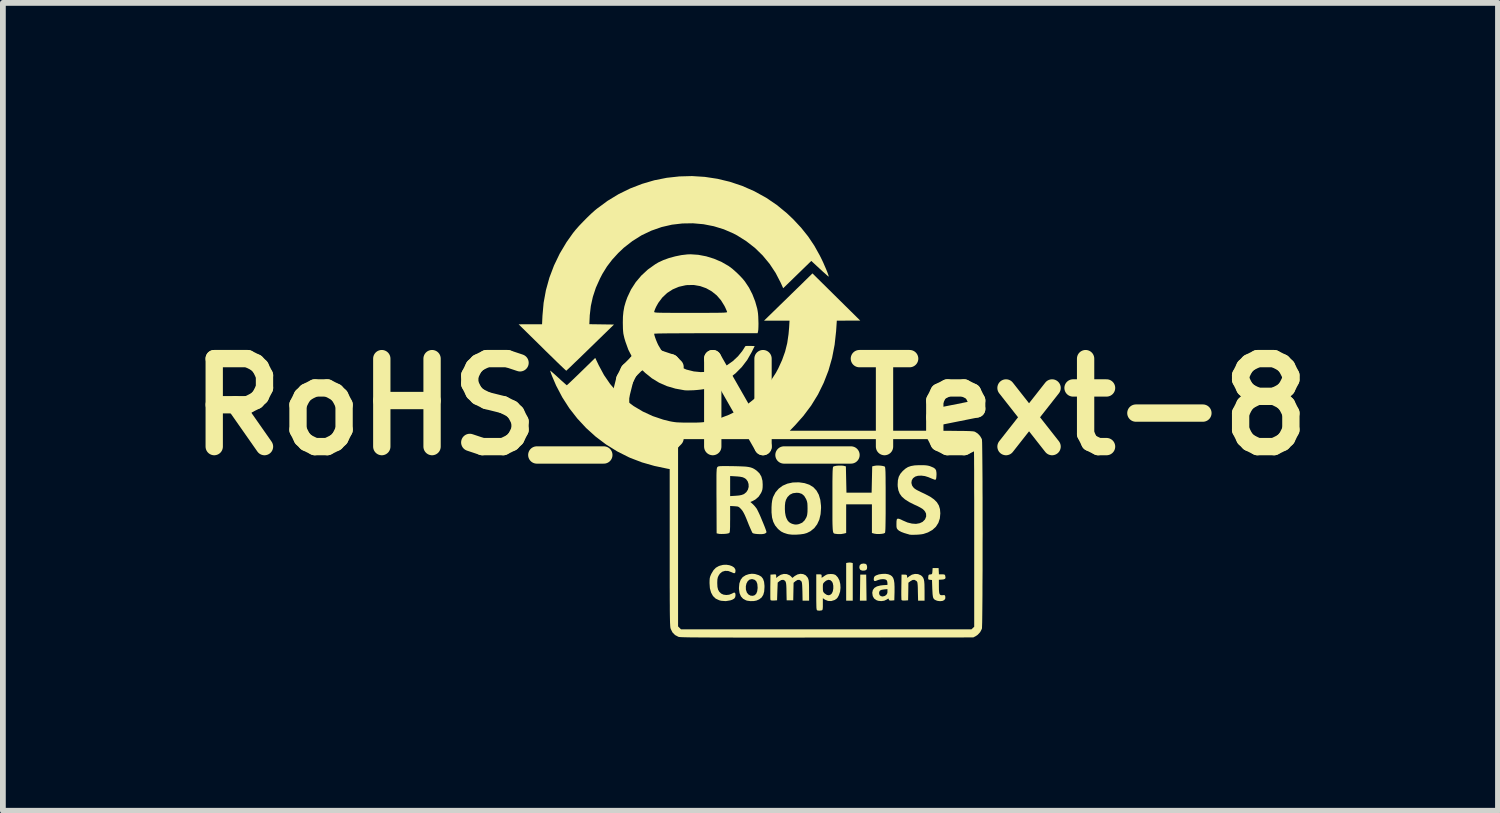
<source format=kicad_pcb>
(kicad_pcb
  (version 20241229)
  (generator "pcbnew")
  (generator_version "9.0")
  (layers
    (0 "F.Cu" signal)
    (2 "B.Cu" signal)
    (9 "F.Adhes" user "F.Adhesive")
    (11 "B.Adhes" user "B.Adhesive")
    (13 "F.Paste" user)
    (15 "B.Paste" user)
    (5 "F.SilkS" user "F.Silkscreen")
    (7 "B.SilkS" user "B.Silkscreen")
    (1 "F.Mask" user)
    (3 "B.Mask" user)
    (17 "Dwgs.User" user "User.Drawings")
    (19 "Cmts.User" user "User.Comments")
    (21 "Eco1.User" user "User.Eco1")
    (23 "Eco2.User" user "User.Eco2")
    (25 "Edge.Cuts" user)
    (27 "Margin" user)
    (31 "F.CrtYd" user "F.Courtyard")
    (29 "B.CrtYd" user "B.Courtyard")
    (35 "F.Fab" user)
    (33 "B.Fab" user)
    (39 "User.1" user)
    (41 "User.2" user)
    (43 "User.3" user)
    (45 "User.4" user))
  (footprint "RoHS_CN_Text-8"
    (layer "F.Cu")
    (at 9.95 3.997)
    (property "Reference" "RoHS_CN_Text-8" (at 0 0 0) (layer "F.SilkS") (effects (font (size 1.524 1.524) (thickness 0.3))))
    (attr board_only exclude_from_pos_files exclude_from_bom)
    (fp_poly (pts (xy 2.011 3.358) (xy 1.896 3.358) (xy 1.902 2.907) (xy 2.005 2.907)) (stroke (width 0) (type solid)) (fill yes) (layer "F.SilkS"))
    (fp_poly (pts (xy 1.745 2.7) (xy 1.772 2.707) (xy 1.772 3.358) (xy 1.658 3.358) (xy 1.658 2.706) (xy 1.688 2.7) (xy 1.72 2.697)) (stroke (width 0) (type solid)) (fill yes) (layer "F.SilkS"))
    (fp_poly (pts (xy 1.993 2.72) (xy 2.013 2.736) (xy 2.02 2.767) (xy 2.021 2.779) (xy 2.017 2.811) (xy 2.002 2.828) (xy 2.001 2.829) (xy 1.969 2.838) (xy 1.934 2.837) (xy 1.906 2.826) (xy 1.902 2.823) (xy 1.89 2.801) (xy 1.886 2.777) (xy 1.894 2.743) (xy 1.918 2.722) (xy 1.957 2.715) (xy 1.957 2.715)) (stroke (width 0) (type solid)) (fill yes) (layer "F.SilkS"))
    (fp_poly (pts (xy 2.903 2.898) (xy 2.95 2.918) (xy 2.959 2.924) (xy 2.978 2.942) (xy 2.993 2.963) (xy 3.003 2.989) (xy 3.01 3.025) (xy 3.014 3.073) (xy 3.015 3.137) (xy 3.016 3.186) (xy 3.016 3.358) (xy 2.904 3.358) (xy 2.9 3.196) (xy 2.899 3.135) (xy 2.897 3.091) (xy 2.894 3.061) (xy 2.891 3.041) (xy 2.885 3.028) (xy 2.877 3.019) (xy 2.872 3.015) (xy 2.841 2.998) (xy 2.81 2.999) (xy 2.774 3.019) (xy 2.771 3.021) (xy 2.736 3.047) (xy 2.734 3.2) (xy 2.731 3.352) (xy 2.676 3.356) (xy 2.639 3.356) (xy 2.62 3.35) (xy 2.616 3.345) (xy 2.615 3.331) (xy 2.614 3.299) (xy 2.613 3.254) (xy 2.613 3.197) (xy 2.614 3.134) (xy 2.614 3.119) (xy 2.617 2.907) (xy 2.663 2.907) (xy 2.692 2.908) (xy 2.707 2.914) (xy 2.712 2.927) (xy 2.713 2.936) (xy 2.717 2.964) (xy 2.747 2.939) (xy 2.797 2.908) (xy 2.85 2.895)) (stroke (width 0) (type solid)) (fill yes) (layer "F.SilkS"))
    (fp_poly (pts (xy 0.069 2.895) (xy 0.088 2.899) (xy 0.146 2.917) (xy 0.189 2.943) (xy 0.218 2.98) (xy 0.236 3.032) (xy 0.243 3.099) (xy 0.243 3.124) (xy 0.238 3.199) (xy 0.222 3.257) (xy 0.194 3.302) (xy 0.152 3.335) (xy 0.105 3.356) (xy 0.057 3.365) (xy 0.000325 3.366) (xy -0.054 3.359) (xy -0.076 3.353) (xy -0.128 3.325) (xy -0.165 3.284) (xy -0.189 3.228) (xy -0.199 3.157) (xy -0.199 3.135) (xy -0.197 3.109) (xy -0.08 3.109) (xy -0.079 3.165) (xy -0.077 3.173) (xy -0.062 3.218) (xy -0.034 3.252) (xy 0.002 3.271) (xy 0.041 3.274) (xy 0.073 3.264) (xy 0.1 3.238) (xy 0.117 3.196) (xy 0.124 3.14) (xy 0.124 3.13) (xy 0.119 3.068) (xy 0.102 3.024) (xy 0.073 2.997) (xy 0.033 2.985) (xy 0.021 2.985) (xy -0.017 2.994) (xy -0.047 3.02) (xy -0.069 3.06) (xy -0.08 3.109) (xy -0.197 3.109) (xy -0.192 3.059) (xy -0.17 2.997) (xy -0.134 2.95) (xy -0.082 2.917) (xy -0.027 2.899) (xy 0.023 2.892)) (stroke (width 0) (type solid)) (fill yes) (layer "F.SilkS"))
    (fp_poly (pts (xy 3.262 2.847) (xy 3.265 2.902) (xy 3.317 2.902) (xy 3.348 2.903) (xy 3.364 2.908) (xy 3.372 2.92) (xy 3.374 2.927) (xy 3.379 2.96) (xy 3.372 2.979) (xy 3.349 2.989) (xy 3.319 2.993) (xy 3.264 2.996) (xy 3.264 3.113) (xy 3.265 3.173) (xy 3.269 3.216) (xy 3.276 3.243) (xy 3.288 3.258) (xy 3.307 3.264) (xy 3.33 3.263) (xy 3.356 3.261) (xy 3.369 3.268) (xy 3.374 3.281) (xy 3.376 3.31) (xy 3.373 3.326) (xy 3.356 3.349) (xy 3.325 3.363) (xy 3.285 3.367) (xy 3.243 3.362) (xy 3.218 3.354) (xy 3.195 3.343) (xy 3.179 3.33) (xy 3.167 3.312) (xy 3.16 3.285) (xy 3.155 3.247) (xy 3.152 3.193) (xy 3.15 3.151) (xy 3.145 3) (xy 3.111 2.997) (xy 3.089 2.994) (xy 3.08 2.985) (xy 3.079 2.965) (xy 3.08 2.95) (xy 3.083 2.923) (xy 3.091 2.909) (xy 3.109 2.904) (xy 3.116 2.904) (xy 3.136 2.901) (xy 3.146 2.892) (xy 3.15 2.874) (xy 3.152 2.847) (xy 3.156 2.793) (xy 3.259 2.793)) (stroke (width 0) (type solid)) (fill yes) (layer "F.SilkS"))
    (fp_poly (pts (xy -0.365 2.744) (xy -0.32 2.76) (xy -0.284 2.783) (xy -0.264 2.813) (xy -0.259 2.836) (xy -0.262 2.868) (xy -0.272 2.882) (xy -0.293 2.881) (xy -0.326 2.866) (xy -0.385 2.844) (xy -0.44 2.842) (xy -0.489 2.857) (xy -0.53 2.891) (xy -0.554 2.928) (xy -0.566 2.957) (xy -0.573 2.992) (xy -0.575 3.04) (xy -0.575 3.057) (xy -0.572 3.12) (xy -0.561 3.167) (xy -0.54 3.204) (xy -0.508 3.235) (xy -0.504 3.237) (xy -0.467 3.254) (xy -0.419 3.26) (xy -0.369 3.255) (xy -0.325 3.238) (xy -0.319 3.235) (xy -0.288 3.219) (xy -0.27 3.22) (xy -0.261 3.238) (xy -0.259 3.263) (xy -0.264 3.297) (xy -0.282 3.323) (xy -0.316 3.342) (xy -0.348 3.353) (xy -0.427 3.366) (xy -0.508 3.36) (xy -0.542 3.351) (xy -0.602 3.323) (xy -0.649 3.278) (xy -0.682 3.218) (xy -0.703 3.143) (xy -0.709 3.053) (xy -0.709 3.051) (xy -0.708 3.003) (xy -0.705 2.968) (xy -0.697 2.938) (xy -0.684 2.906) (xy -0.675 2.888) (xy -0.64 2.83) (xy -0.6 2.788) (xy -0.549 2.759) (xy -0.529 2.752) (xy -0.474 2.738) (xy -0.418 2.736)) (stroke (width 0) (type solid)) (fill yes) (layer "F.SilkS"))
    (fp_poly (pts (xy 0.913 2.898) (xy 0.956 2.918) (xy 0.988 2.954) (xy 0.996 2.968) (xy 1.003 2.987) (xy 1.009 3.01) (xy 1.012 3.039) (xy 1.014 3.08) (xy 1.015 3.134) (xy 1.015 3.184) (xy 1.016 3.358) (xy 0.903 3.358) (xy 0.9 3.198) (xy 0.898 3.136) (xy 0.896 3.091) (xy 0.893 3.06) (xy 0.889 3.039) (xy 0.883 3.025) (xy 0.877 3.017) (xy 0.848 2.998) (xy 0.816 2.999) (xy 0.779 3.021) (xy 0.778 3.022) (xy 0.747 3.048) (xy 0.744 3.2) (xy 0.741 3.352) (xy 0.627 3.352) (xy 0.624 3.213) (xy 0.623 3.147) (xy 0.621 3.099) (xy 0.618 3.065) (xy 0.613 3.042) (xy 0.607 3.026) (xy 0.598 3.014) (xy 0.595 3.011) (xy 0.567 2.997) (xy 0.534 3.001) (xy 0.503 3.02) (xy 0.472 3.045) (xy 0.466 3.199) (xy 0.461 3.352) (xy 0.407 3.356) (xy 0.37 3.356) (xy 0.35 3.35) (xy 0.347 3.345) (xy 0.345 3.331) (xy 0.344 3.299) (xy 0.344 3.254) (xy 0.344 3.197) (xy 0.344 3.134) (xy 0.344 3.119) (xy 0.347 2.907) (xy 0.396 2.904) (xy 0.426 2.902) (xy 0.44 2.906) (xy 0.445 2.917) (xy 0.446 2.933) (xy 0.446 2.966) (xy 0.477 2.939) (xy 0.526 2.909) (xy 0.579 2.895) (xy 0.63 2.898) (xy 0.676 2.917) (xy 0.697 2.933) (xy 0.727 2.964) (xy 0.767 2.931) (xy 0.815 2.904) (xy 0.865 2.893)) (stroke (width 0) (type solid)) (fill yes) (layer "F.SilkS"))
    (fp_poly (pts (xy 2.384 2.9) (xy 2.39 2.902) (xy 2.425 2.916) (xy 2.452 2.936) (xy 2.472 2.964) (xy 2.485 3.002) (xy 2.493 3.053) (xy 2.496 3.12) (xy 2.496 3.205) (xy 2.496 3.207) (xy 2.492 3.352) (xy 2.447 3.356) (xy 2.418 3.356) (xy 2.404 3.351) (xy 2.397 3.338) (xy 2.393 3.324) (xy 2.385 3.323) (xy 2.369 3.333) (xy 2.36 3.339) (xy 2.317 3.359) (xy 2.264 3.366) (xy 2.211 3.36) (xy 2.181 3.349) (xy 2.141 3.32) (xy 2.118 3.278) (xy 2.111 3.229) (xy 2.228 3.229) (xy 2.236 3.26) (xy 2.258 3.279) (xy 2.288 3.286) (xy 2.323 3.278) (xy 2.346 3.264) (xy 2.365 3.243) (xy 2.373 3.216) (xy 2.373 3.2) (xy 2.373 3.158) (xy 2.317 3.163) (xy 2.272 3.17) (xy 2.244 3.183) (xy 2.231 3.205) (xy 2.228 3.229) (xy 2.111 3.229) (xy 2.11 3.224) (xy 2.11 3.221) (xy 2.12 3.174) (xy 2.147 3.137) (xy 2.191 3.111) (xy 2.253 3.095) (xy 2.298 3.09) (xy 2.373 3.085) (xy 2.373 3.051) (xy 2.368 3.022) (xy 2.357 3.001) (xy 2.357 3.001) (xy 2.332 2.989) (xy 2.295 2.985) (xy 2.252 2.989) (xy 2.208 3.001) (xy 2.198 3.006) (xy 2.164 3.018) (xy 2.144 3.016) (xy 2.136 2.999) (xy 2.137 2.973) (xy 2.143 2.948) (xy 2.158 2.931) (xy 2.18 2.919) (xy 2.225 2.903) (xy 2.28 2.895) (xy 2.336 2.893)) (stroke (width 0) (type solid)) (fill yes) (layer "F.SilkS"))
    (fp_poly (pts (xy 1.433 2.899) (xy 1.465 2.909) (xy 1.479 2.918) (xy 1.514 2.956) (xy 1.541 3.008) (xy 1.556 3.069) (xy 1.56 3.135) (xy 1.553 3.201) (xy 1.532 3.263) (xy 1.53 3.267) (xy 1.51 3.304) (xy 1.488 3.328) (xy 1.459 3.346) (xy 1.455 3.348) (xy 1.399 3.365) (xy 1.344 3.363) (xy 1.293 3.342) (xy 1.286 3.338) (xy 1.254 3.315) (xy 1.254 3.418) (xy 1.254 3.465) (xy 1.252 3.495) (xy 1.249 3.513) (xy 1.243 3.522) (xy 1.233 3.527) (xy 1.231 3.527) (xy 1.191 3.532) (xy 1.158 3.527) (xy 1.153 3.524) (xy 1.149 3.518) (xy 1.146 3.505) (xy 1.143 3.485) (xy 1.142 3.454) (xy 1.141 3.411) (xy 1.14 3.353) (xy 1.14 3.278) (xy 1.14 3.212) (xy 1.14 3.132) (xy 1.254 3.132) (xy 1.255 3.171) (xy 1.258 3.196) (xy 1.267 3.214) (xy 1.282 3.23) (xy 1.286 3.234) (xy 1.324 3.259) (xy 1.36 3.265) (xy 1.392 3.251) (xy 1.411 3.231) (xy 1.427 3.195) (xy 1.435 3.148) (xy 1.435 3.099) (xy 1.426 3.055) (xy 1.413 3.029) (xy 1.384 3.003) (xy 1.35 2.997) (xy 1.312 3.011) (xy 1.291 3.027) (xy 1.272 3.045) (xy 1.26 3.061) (xy 1.255 3.082) (xy 1.254 3.114) (xy 1.254 3.132) (xy 1.14 3.132) (xy 1.14 2.902) (xy 1.187 2.902) (xy 1.215 2.903) (xy 1.229 2.908) (xy 1.233 2.921) (xy 1.233 2.933) (xy 1.233 2.963) (xy 1.281 2.93) (xy 1.313 2.91) (xy 1.342 2.9) (xy 1.379 2.897) (xy 1.389 2.896)) (stroke (width 0) (type solid)) (fill yes) (layer "F.SilkS"))
    (fp_poly (pts (xy 0.839 1.308) (xy 0.937 1.322) (xy 1.021 1.35) (xy 1.09 1.393) (xy 1.144 1.451) (xy 1.184 1.523) (xy 1.21 1.611) (xy 1.222 1.714) (xy 1.223 1.751) (xy 1.215 1.859) (xy 1.193 1.954) (xy 1.155 2.036) (xy 1.104 2.103) (xy 1.038 2.156) (xy 0.978 2.186) (xy 0.926 2.201) (xy 0.862 2.21) (xy 0.791 2.215) (xy 0.722 2.215) (xy 0.661 2.208) (xy 0.635 2.202) (xy 0.577 2.183) (xy 0.531 2.16) (xy 0.49 2.127) (xy 0.473 2.111) (xy 0.427 2.055) (xy 0.395 1.992) (xy 0.374 1.918) (xy 0.365 1.83) (xy 0.365 1.773) (xy 0.596 1.773) (xy 0.6 1.835) (xy 0.61 1.89) (xy 0.621 1.924) (xy 0.643 1.968) (xy 0.668 1.997) (xy 0.699 2.017) (xy 0.722 2.027) (xy 0.758 2.037) (xy 0.788 2.04) (xy 0.822 2.036) (xy 0.844 2.03) (xy 0.897 2.007) (xy 0.939 1.966) (xy 0.967 1.918) (xy 0.978 1.89) (xy 0.984 1.859) (xy 0.988 1.82) (xy 0.989 1.766) (xy 0.989 1.762) (xy 0.988 1.71) (xy 0.986 1.672) (xy 0.98 1.642) (xy 0.971 1.615) (xy 0.962 1.595) (xy 0.931 1.543) (xy 0.891 1.509) (xy 0.841 1.492) (xy 0.799 1.489) (xy 0.735 1.497) (xy 0.683 1.522) (xy 0.641 1.564) (xy 0.615 1.612) (xy 0.603 1.654) (xy 0.597 1.71) (xy 0.596 1.773) (xy 0.365 1.773) (xy 0.365 1.74) (xy 0.369 1.674) (xy 0.376 1.624) (xy 0.386 1.582) (xy 0.393 1.561) (xy 0.434 1.482) (xy 0.49 1.417) (xy 0.559 1.366) (xy 0.64 1.331) (xy 0.733 1.311) (xy 0.835 1.308)) (stroke (width 0) (type solid)) (fill yes) (layer "F.SilkS"))
    (fp_poly (pts (xy 2.261 1.02) (xy 2.298 1.026) (xy 2.323 1.034) (xy 2.327 1.036) (xy 2.33 1.041) (xy 2.333 1.052) (xy 2.335 1.068) (xy 2.337 1.093) (xy 2.339 1.128) (xy 2.34 1.174) (xy 2.341 1.233) (xy 2.341 1.307) (xy 2.342 1.397) (xy 2.342 1.504) (xy 2.342 1.611) (xy 2.342 1.737) (xy 2.342 1.844) (xy 2.341 1.933) (xy 2.34 2.006) (xy 2.339 2.064) (xy 2.338 2.108) (xy 2.336 2.141) (xy 2.334 2.164) (xy 2.332 2.178) (xy 2.329 2.185) (xy 2.328 2.185) (xy 2.306 2.195) (xy 2.27 2.201) (xy 2.227 2.204) (xy 2.185 2.203) (xy 2.149 2.198) (xy 2.148 2.198) (xy 2.104 2.186) (xy 2.104 1.689) (xy 1.658 1.689) (xy 1.658 2.186) (xy 1.619 2.196) (xy 1.567 2.205) (xy 1.507 2.204) (xy 1.472 2.2) (xy 1.46 2.198) (xy 1.451 2.195) (xy 1.443 2.191) (xy 1.437 2.182) (xy 1.432 2.168) (xy 1.428 2.147) (xy 1.425 2.118) (xy 1.423 2.078) (xy 1.421 2.026) (xy 1.42 1.961) (xy 1.42 1.88) (xy 1.42 1.783) (xy 1.42 1.667) (xy 1.42 1.611) (xy 1.42 1.487) (xy 1.42 1.382) (xy 1.42 1.295) (xy 1.421 1.224) (xy 1.422 1.166) (xy 1.423 1.122) (xy 1.425 1.089) (xy 1.427 1.065) (xy 1.429 1.05) (xy 1.432 1.04) (xy 1.435 1.036) (xy 1.456 1.028) (xy 1.491 1.021) (xy 1.532 1.018) (xy 1.574 1.018) (xy 1.61 1.021) (xy 1.617 1.023) (xy 1.653 1.032) (xy 1.658 1.26) (xy 1.663 1.487) (xy 2.099 1.487) (xy 2.104 1.26) (xy 2.109 1.032) (xy 2.145 1.023) (xy 2.178 1.018) (xy 2.219 1.017)) (stroke (width 0) (type solid)) (fill yes) (layer "F.SilkS"))
    (fp_poly (pts (xy 2.997 1.011) (xy 3.04 1.014) (xy 3.075 1.019) (xy 3.106 1.027) (xy 3.124 1.034) (xy 3.171 1.054) (xy 3.2 1.075) (xy 3.216 1.102) (xy 3.222 1.141) (xy 3.223 1.17) (xy 3.221 1.207) (xy 3.218 1.238) (xy 3.213 1.254) (xy 3.208 1.26) (xy 3.203 1.264) (xy 3.193 1.263) (xy 3.176 1.257) (xy 3.147 1.246) (xy 3.104 1.228) (xy 3.083 1.219) (xy 3.022 1.2) (xy 2.959 1.192) (xy 2.9 1.195) (xy 2.854 1.209) (xy 2.816 1.237) (xy 2.794 1.275) (xy 2.788 1.318) (xy 2.799 1.362) (xy 2.818 1.391) (xy 2.831 1.405) (xy 2.844 1.417) (xy 2.86 1.428) (xy 2.883 1.442) (xy 2.915 1.458) (xy 2.959 1.48) (xy 3.019 1.508) (xy 3.027 1.512) (xy 3.113 1.557) (xy 3.18 1.604) (xy 3.23 1.654) (xy 3.264 1.71) (xy 3.283 1.773) (xy 3.289 1.845) (xy 3.281 1.933) (xy 3.255 2.011) (xy 3.212 2.078) (xy 3.152 2.133) (xy 3.075 2.176) (xy 2.998 2.202) (xy 2.966 2.208) (xy 2.922 2.213) (xy 2.874 2.216) (xy 2.826 2.217) (xy 2.785 2.217) (xy 2.756 2.214) (xy 2.751 2.213) (xy 2.737 2.208) (xy 2.708 2.2) (xy 2.672 2.189) (xy 2.667 2.188) (xy 2.614 2.168) (xy 2.573 2.146) (xy 2.561 2.136) (xy 2.544 2.119) (xy 2.535 2.103) (xy 2.53 2.081) (xy 2.529 2.048) (xy 2.529 2.028) (xy 2.53 1.981) (xy 2.535 1.951) (xy 2.548 1.938) (xy 2.571 1.939) (xy 2.607 1.953) (xy 2.639 1.969) (xy 2.72 2.004) (xy 2.797 2.023) (xy 2.868 2.028) (xy 2.93 2.017) (xy 2.982 1.993) (xy 3.021 1.954) (xy 3.026 1.946) (xy 3.044 1.899) (xy 3.042 1.851) (xy 3.026 1.817) (xy 3.007 1.792) (xy 2.98 1.768) (xy 2.94 1.744) (xy 2.886 1.716) (xy 2.839 1.695) (xy 2.749 1.65) (xy 2.677 1.604) (xy 2.623 1.557) (xy 2.585 1.504) (xy 2.562 1.446) (xy 2.551 1.379) (xy 2.55 1.346) (xy 2.554 1.273) (xy 2.569 1.212) (xy 2.597 1.16) (xy 2.637 1.113) (xy 2.682 1.073) (xy 2.728 1.044) (xy 2.78 1.026) (xy 2.842 1.015) (xy 2.919 1.011) (xy 2.938 1.011)) (stroke (width 0) (type solid)) (fill yes) (layer "F.SilkS"))
    (fp_poly (pts (xy -0.791 -3.983) (xy -0.573 -3.95) (xy -0.356 -3.898) (xy -0.144 -3.827) (xy 0.064 -3.736) (xy 0.077 -3.729) (xy 0.273 -3.621) (xy 0.457 -3.496) (xy 0.629 -3.355) (xy 0.741 -3.249) (xy 0.878 -3.102) (xy 0.999 -2.951) (xy 1.105 -2.793) (xy 1.2 -2.623) (xy 1.234 -2.555) (xy 1.261 -2.498) (xy 1.286 -2.44) (xy 1.31 -2.385) (xy 1.33 -2.336) (xy 1.345 -2.295) (xy 1.354 -2.267) (xy 1.355 -2.254) (xy 1.355 -2.254) (xy 1.347 -2.26) (xy 1.326 -2.278) (xy 1.295 -2.306) (xy 1.255 -2.341) (xy 1.21 -2.383) (xy 1.203 -2.389) (xy 1.054 -2.527) (xy 0.567 -2.054) (xy 0.523 -2.151) (xy 0.436 -2.319) (xy 0.332 -2.476) (xy 0.212 -2.621) (xy 0.078 -2.752) (xy -0.071 -2.868) (xy -0.231 -2.969) (xy -0.298 -3.004) (xy -0.462 -3.075) (xy -0.635 -3.128) (xy -0.814 -3.163) (xy -0.996 -3.179) (xy -1.179 -3.176) (xy -1.36 -3.155) (xy -1.538 -3.114) (xy -1.541 -3.113) (xy -1.718 -3.051) (xy -1.886 -2.971) (xy -2.044 -2.872) (xy -2.194 -2.755) (xy -2.29 -2.664) (xy -2.396 -2.548) (xy -2.486 -2.43) (xy -2.565 -2.302) (xy -2.606 -2.223) (xy -2.678 -2.063) (xy -2.73 -1.905) (xy -2.765 -1.747) (xy -2.784 -1.584) (xy -2.785 -1.557) (xy -2.791 -1.431) (xy -2.577 -1.428) (xy -2.364 -1.425) (xy -2.774 -1.026) (xy -2.851 -0.951) (xy -2.923 -0.881) (xy -2.989 -0.817) (xy -3.049 -0.76) (xy -3.099 -0.711) (xy -3.14 -0.672) (xy -3.17 -0.644) (xy -3.187 -0.628) (xy -3.19 -0.625) (xy -3.199 -0.632) (xy -3.221 -0.652) (xy -3.254 -0.683) (xy -3.299 -0.726) (xy -3.353 -0.778) (xy -3.414 -0.838) (xy -3.483 -0.905) (xy -3.557 -0.977) (xy -3.606 -1.026) (xy -4.016 -1.429) (xy -3.813 -1.43) (xy -3.61 -1.43) (xy -3.603 -1.578) (xy -3.583 -1.801) (xy -3.543 -2.021) (xy -3.483 -2.237) (xy -3.403 -2.448) (xy -3.304 -2.654) (xy -3.186 -2.852) (xy -3.074 -3.01) (xy -3.028 -3.067) (xy -2.97 -3.133) (xy -2.903 -3.203) (xy -2.833 -3.274) (xy -2.763 -3.342) (xy -2.697 -3.401) (xy -2.658 -3.433) (xy -2.475 -3.568) (xy -2.284 -3.684) (xy -2.084 -3.782) (xy -1.877 -3.862) (xy -1.666 -3.924) (xy -1.45 -3.967) (xy -1.231 -3.991) (xy -1.012 -3.997)) (stroke (width 0) (type solid)) (fill yes) (layer "F.SilkS"))
    (fp_poly (pts (xy -0.385 1.027) (xy -0.307 1.028) (xy -0.301 1.028) (xy -0.211 1.03) (xy -0.138 1.033) (xy -0.081 1.036) (xy -0.035 1.042) (xy 0.002 1.05) (xy 0.034 1.061) (xy 0.062 1.075) (xy 0.091 1.094) (xy 0.105 1.104) (xy 0.155 1.151) (xy 0.189 1.209) (xy 0.208 1.281) (xy 0.212 1.347) (xy 0.211 1.395) (xy 0.207 1.43) (xy 0.198 1.461) (xy 0.183 1.494) (xy 0.141 1.558) (xy 0.084 1.607) (xy 0.036 1.633) (xy -0.002 1.649) (xy 0.044 1.689) (xy 0.075 1.722) (xy 0.105 1.76) (xy 0.116 1.779) (xy 0.133 1.813) (xy 0.154 1.857) (xy 0.177 1.909) (xy 0.2 1.965) (xy 0.223 2.02) (xy 0.244 2.072) (xy 0.261 2.117) (xy 0.273 2.151) (xy 0.278 2.171) (xy 0.278 2.173) (xy 0.266 2.187) (xy 0.242 2.199) (xy 0.238 2.2) (xy 0.206 2.205) (xy 0.165 2.206) (xy 0.121 2.204) (xy 0.081 2.2) (xy 0.05 2.193) (xy 0.036 2.186) (xy 0.028 2.172) (xy 0.014 2.142) (xy -0.005 2.099) (xy -0.027 2.048) (xy -0.047 1.997) (xy -0.075 1.928) (xy -0.098 1.875) (xy -0.118 1.836) (xy -0.136 1.805) (xy -0.155 1.781) (xy -0.16 1.775) (xy -0.184 1.75) (xy -0.203 1.735) (xy -0.224 1.727) (xy -0.254 1.724) (xy -0.278 1.722) (xy -0.352 1.718) (xy -0.352 1.946) (xy -0.353 2.023) (xy -0.353 2.082) (xy -0.355 2.126) (xy -0.357 2.156) (xy -0.361 2.174) (xy -0.365 2.184) (xy -0.367 2.186) (xy -0.386 2.193) (xy -0.418 2.199) (xy -0.459 2.202) (xy -0.501 2.203) (xy -0.537 2.202) (xy -0.554 2.199) (xy -0.586 2.192) (xy -0.588 1.628) (xy -0.589 1.505) (xy -0.589 1.401) (xy -0.589 1.315) (xy -0.589 1.244) (xy -0.589 1.199) (xy -0.352 1.199) (xy -0.352 1.547) (xy -0.253 1.541) (xy -0.197 1.536) (xy -0.156 1.528) (xy -0.125 1.517) (xy -0.111 1.511) (xy -0.071 1.478) (xy -0.044 1.435) (xy -0.031 1.387) (xy -0.033 1.337) (xy -0.048 1.291) (xy -0.077 1.252) (xy -0.107 1.232) (xy -0.139 1.219) (xy -0.182 1.211) (xy -0.24 1.205) (xy -0.25 1.205) (xy -0.352 1.199) (xy -0.589 1.199) (xy -0.589 1.187) (xy -0.588 1.143) (xy -0.586 1.109) (xy -0.585 1.085) (xy -0.582 1.067) (xy -0.579 1.056) (xy -0.576 1.048) (xy -0.573 1.044) (xy -0.566 1.038) (xy -0.557 1.033) (xy -0.543 1.03) (xy -0.521 1.028) (xy -0.489 1.027) (xy -0.445 1.027)) (stroke (width 0) (type solid)) (fill yes) (layer "F.SilkS"))
    (fp_poly (pts (xy -0.904 -2.633) (xy -0.767 -2.607) (xy -0.631 -2.565) (xy -0.5 -2.509) (xy -0.38 -2.44) (xy -0.369 -2.432) (xy -0.315 -2.392) (xy -0.255 -2.339) (xy -0.194 -2.281) (xy -0.138 -2.222) (xy -0.093 -2.167) (xy -0.093 -2.166) (xy -0.025 -2.064) (xy 0.034 -1.948) (xy 0.082 -1.825) (xy 0.117 -1.701) (xy 0.125 -1.658) (xy 0.131 -1.616) (xy 0.135 -1.563) (xy 0.137 -1.503) (xy 0.139 -1.443) (xy 0.138 -1.386) (xy 0.136 -1.339) (xy 0.132 -1.307) (xy 0.131 -1.303) (xy 0.124 -1.275) (xy -0.772 -1.275) (xy -0.907 -1.275) (xy -1.035 -1.274) (xy -1.155 -1.274) (xy -1.267 -1.273) (xy -1.368 -1.273) (xy -1.457 -1.272) (xy -1.532 -1.271) (xy -1.592 -1.27) (xy -1.636 -1.268) (xy -1.662 -1.267) (xy -1.668 -1.266) (xy -1.664 -1.242) (xy -1.653 -1.206) (xy -1.637 -1.161) (xy -1.617 -1.113) (xy -1.597 -1.069) (xy -1.595 -1.066) (xy -1.528 -0.954) (xy -1.444 -0.855) (xy -1.346 -0.77) (xy -1.235 -0.7) (xy -1.112 -0.646) (xy -1.098 -0.642) (xy -0.982 -0.613) (xy -0.86 -0.601) (xy -0.737 -0.607) (xy -0.617 -0.629) (xy -0.515 -0.664) (xy -0.407 -0.72) (xy -0.306 -0.791) (xy -0.216 -0.875) (xy -0.141 -0.967) (xy -0.137 -0.974) (xy -0.116 -1.006) (xy -0.1 -1.032) (xy -0.092 -1.047) (xy -0.091 -1.047) (xy -0.079 -1.053) (xy -0.049 -1.055) (xy -0.008 -1.055) (xy 0.073 -1.052) (xy 0.021 -0.947) (xy -0.056 -0.812) (xy -0.149 -0.69) (xy -0.256 -0.582) (xy -0.375 -0.488) (xy -0.505 -0.411) (xy -0.645 -0.351) (xy -0.792 -0.31) (xy -0.814 -0.305) (xy -0.861 -0.298) (xy -0.919 -0.292) (xy -0.982 -0.287) (xy -1.043 -0.285) (xy -1.097 -0.284) (xy -1.137 -0.286) (xy -1.14 -0.286) (xy -1.3 -0.315) (xy -1.447 -0.358) (xy -1.583 -0.418) (xy -1.708 -0.494) (xy -1.824 -0.588) (xy -1.878 -0.64) (xy -1.973 -0.749) (xy -2.052 -0.865) (xy -2.116 -0.99) (xy -2.166 -1.129) (xy -2.184 -1.189) (xy -2.194 -1.232) (xy -2.202 -1.27) (xy -2.206 -1.309) (xy -2.209 -1.354) (xy -2.21 -1.412) (xy -2.211 -1.456) (xy -2.209 -1.56) (xy -2.201 -1.644) (xy -1.668 -1.644) (xy -1.667 -1.641) (xy -1.662 -1.638) (xy -1.652 -1.635) (xy -1.636 -1.633) (xy -1.611 -1.631) (xy -1.577 -1.63) (xy -1.532 -1.629) (xy -1.474 -1.628) (xy -1.402 -1.628) (xy -1.314 -1.627) (xy -1.209 -1.627) (xy -1.085 -1.627) (xy -1.036 -1.627) (xy -0.904 -1.627) (xy -0.791 -1.627) (xy -0.695 -1.628) (xy -0.617 -1.628) (xy -0.553 -1.629) (xy -0.502 -1.63) (xy -0.464 -1.631) (xy -0.437 -1.633) (xy -0.419 -1.635) (xy -0.408 -1.638) (xy -0.404 -1.641) (xy -0.404 -1.642) (xy -0.409 -1.657) (xy -0.421 -1.685) (xy -0.438 -1.723) (xy -0.451 -1.749) (xy -0.511 -1.846) (xy -0.585 -1.931) (xy -0.671 -2) (xy -0.767 -2.054) (xy -0.871 -2.091) (xy -0.98 -2.11) (xy -1.093 -2.109) (xy -1.126 -2.105) (xy -1.241 -2.079) (xy -1.347 -2.034) (xy -1.443 -1.972) (xy -1.526 -1.894) (xy -1.596 -1.801) (xy -1.633 -1.735) (xy -1.65 -1.698) (xy -1.662 -1.666) (xy -1.668 -1.646) (xy -1.668 -1.644) (xy -2.201 -1.644) (xy -2.2 -1.651) (xy -2.185 -1.735) (xy -2.161 -1.818) (xy -2.133 -1.896) (xy -2.069 -2.032) (xy -1.987 -2.159) (xy -1.889 -2.275) (xy -1.776 -2.379) (xy -1.651 -2.468) (xy -1.596 -2.501) (xy -1.51 -2.541) (xy -1.411 -2.577) (xy -1.304 -2.606) (xy -1.196 -2.628) (xy -1.093 -2.64) (xy -1.036 -2.642)) (stroke (width 0) (type solid)) (fill yes) (layer "F.SilkS"))
    (fp_poly (pts (xy 1.488 -1.902) (xy 1.902 -1.493) (xy 1.699 -1.493) (xy 1.496 -1.492) (xy 1.484 -1.312) (xy 1.458 -1.075) (xy 1.414 -0.847) (xy 1.351 -0.627) (xy 1.269 -0.416) (xy 1.17 -0.214) (xy 1.052 -0.022) (xy 0.915 0.16) (xy 0.774 0.319) (xy 0.681 0.415) (xy 2.265 0.415) (xy 2.478 0.415) (xy 2.67 0.415) (xy 2.844 0.415) (xy 3 0.415) (xy 3.139 0.415) (xy 3.262 0.416) (xy 3.371 0.416) (xy 3.466 0.416) (xy 3.548 0.417) (xy 3.618 0.418) (xy 3.677 0.418) (xy 3.727 0.419) (xy 3.768 0.42) (xy 3.801 0.421) (xy 3.827 0.423) (xy 3.847 0.424) (xy 3.862 0.426) (xy 3.874 0.428) (xy 3.882 0.43) (xy 3.889 0.433) (xy 3.891 0.434) (xy 3.937 0.463) (xy 3.977 0.505) (xy 4.004 0.551) (xy 4.01 0.567) (xy 4.011 0.583) (xy 4.013 0.618) (xy 4.014 0.671) (xy 4.015 0.741) (xy 4.016 0.825) (xy 4.017 0.924) (xy 4.018 1.035) (xy 4.019 1.157) (xy 4.02 1.288) (xy 4.02 1.428) (xy 4.021 1.575) (xy 4.021 1.727) (xy 4.021 1.884) (xy 4.021 2.043) (xy 4.022 2.204) (xy 4.021 2.364) (xy 4.021 2.524) (xy 4.021 2.68) (xy 4.021 2.833) (xy 4.02 2.98) (xy 4.019 3.12) (xy 4.019 3.252) (xy 4.018 3.374) (xy 4.017 3.485) (xy 4.016 3.584) (xy 4.015 3.669) (xy 4.014 3.739) (xy 4.012 3.793) (xy 4.011 3.829) (xy 4.009 3.845) (xy 4.009 3.846) (xy 3.979 3.904) (xy 3.935 3.951) (xy 3.904 3.972) (xy 3.86 3.995) (xy 1.326 3.997) (xy 1.05 3.997) (xy 0.793 3.998) (xy 0.556 3.998) (xy 0.338 3.998) (xy 0.137 3.998) (xy -0.047 3.998) (xy -0.214 3.998) (xy -0.366 3.997) (xy -0.502 3.997) (xy -0.625 3.997) (xy -0.734 3.996) (xy -0.83 3.996) (xy -0.914 3.995) (xy -0.987 3.995) (xy -1.049 3.994) (xy -1.101 3.993) (xy -1.144 3.992) (xy -1.178 3.991) (xy -1.205 3.99) (xy -1.225 3.988) (xy -1.238 3.987) (xy -1.246 3.985) (xy -1.247 3.985) (xy -1.306 3.954) (xy -1.351 3.908) (xy -1.381 3.848) (xy -1.383 3.84) (xy -1.386 3.831) (xy -1.388 3.817) (xy -1.389 3.804) (xy -1.254 3.804) (xy -1.203 3.855) (xy 3.828 3.855) (xy 3.852 3.833) (xy 3.876 3.81) (xy 3.876 2.208) (xy 3.876 1.993) (xy 3.876 1.798) (xy 3.876 1.622) (xy 3.875 1.464) (xy 3.875 1.322) (xy 3.875 1.197) (xy 3.875 1.086) (xy 3.874 0.99) (xy 3.874 0.907) (xy 3.873 0.835) (xy 3.872 0.775) (xy 3.871 0.726) (xy 3.87 0.685) (xy 3.869 0.653) (xy 3.867 0.628) (xy 3.866 0.61) (xy 3.864 0.597) (xy 3.862 0.588) (xy 3.86 0.583) (xy 3.86 0.583) (xy 3.844 0.56) (xy -1.211 0.56) (xy -1.232 0.587) (xy -1.254 0.614) (xy -1.254 3.804) (xy -1.389 3.804) (xy -1.39 3.799) (xy -1.391 3.775) (xy -1.393 3.744) (xy -1.394 3.704) (xy -1.395 3.656) (xy -1.396 3.597) (xy -1.397 3.527) (xy -1.397 3.445) (xy -1.398 3.349) (xy -1.398 3.239) (xy -1.399 3.114) (xy -1.399 2.972) (xy -1.399 2.812) (xy -1.399 2.634) (xy -1.399 2.436) (xy -1.399 1.079) (xy -1.438 1.072) (xy -1.665 1.024) (xy -1.878 0.963) (xy -2.077 0.887) (xy -2.109 0.873) (xy -2.311 0.771) (xy -2.502 0.652) (xy -2.681 0.517) (xy -2.847 0.367) (xy -3 0.202) (xy -3.138 0.025) (xy -3.26 -0.165) (xy -3.366 -0.367) (xy -3.437 -0.532) (xy -3.452 -0.572) (xy -3.463 -0.604) (xy -3.469 -0.624) (xy -3.469 -0.627) (xy -3.461 -0.622) (xy -3.44 -0.604) (xy -3.409 -0.577) (xy -3.37 -0.542) (xy -3.326 -0.502) (xy -3.282 -0.461) (xy -3.242 -0.426) (xy -3.211 -0.398) (xy -3.19 -0.38) (xy -3.181 -0.373) (xy -3.173 -0.38) (xy -3.151 -0.4) (xy -3.118 -0.431) (xy -3.076 -0.471) (xy -3.026 -0.519) (xy -2.97 -0.573) (xy -2.932 -0.61) (xy -2.689 -0.847) (xy -2.628 -0.719) (xy -2.537 -0.55) (xy -2.43 -0.394) (xy -2.308 -0.252) (xy -2.173 -0.125) (xy -2.024 -0.013) (xy -1.864 0.082) (xy -1.693 0.161) (xy -1.512 0.222) (xy -1.399 0.25) (xy -1.358 0.258) (xy -1.319 0.264) (xy -1.279 0.269) (xy -1.232 0.271) (xy -1.175 0.273) (xy -1.103 0.274) (xy -1.067 0.274) (xy -0.988 0.274) (xy -0.926 0.273) (xy -0.875 0.271) (xy -0.832 0.268) (xy -0.792 0.263) (xy -0.751 0.255) (xy -0.728 0.251) (xy -0.545 0.204) (xy -0.371 0.138) (xy -0.205 0.055) (xy -0.05 -0.045) (xy 0.094 -0.16) (xy 0.224 -0.29) (xy 0.34 -0.433) (xy 0.441 -0.589) (xy 0.481 -0.663) (xy 0.548 -0.81) (xy 0.6 -0.955) (xy 0.637 -1.103) (xy 0.66 -1.26) (xy 0.67 -1.376) (xy 0.677 -1.492) (xy 0.235 -1.492) (xy 0.509 -1.759) (xy 0.579 -1.827) (xy 0.652 -1.898) (xy 0.723 -1.968) (xy 0.791 -2.034) (xy 0.852 -2.093) (xy 0.903 -2.143) (xy 0.928 -2.168) (xy 1.074 -2.311)) (stroke (width 0) (type solid)) (fill yes) (layer "F.SilkS")))
  (gr_rect
    (start -3 -3)
    (end 22.899 10.994)
    (stroke (width 0.1) (type default))
    (fill no)
    (layer "Edge.Cuts")))
</source>
